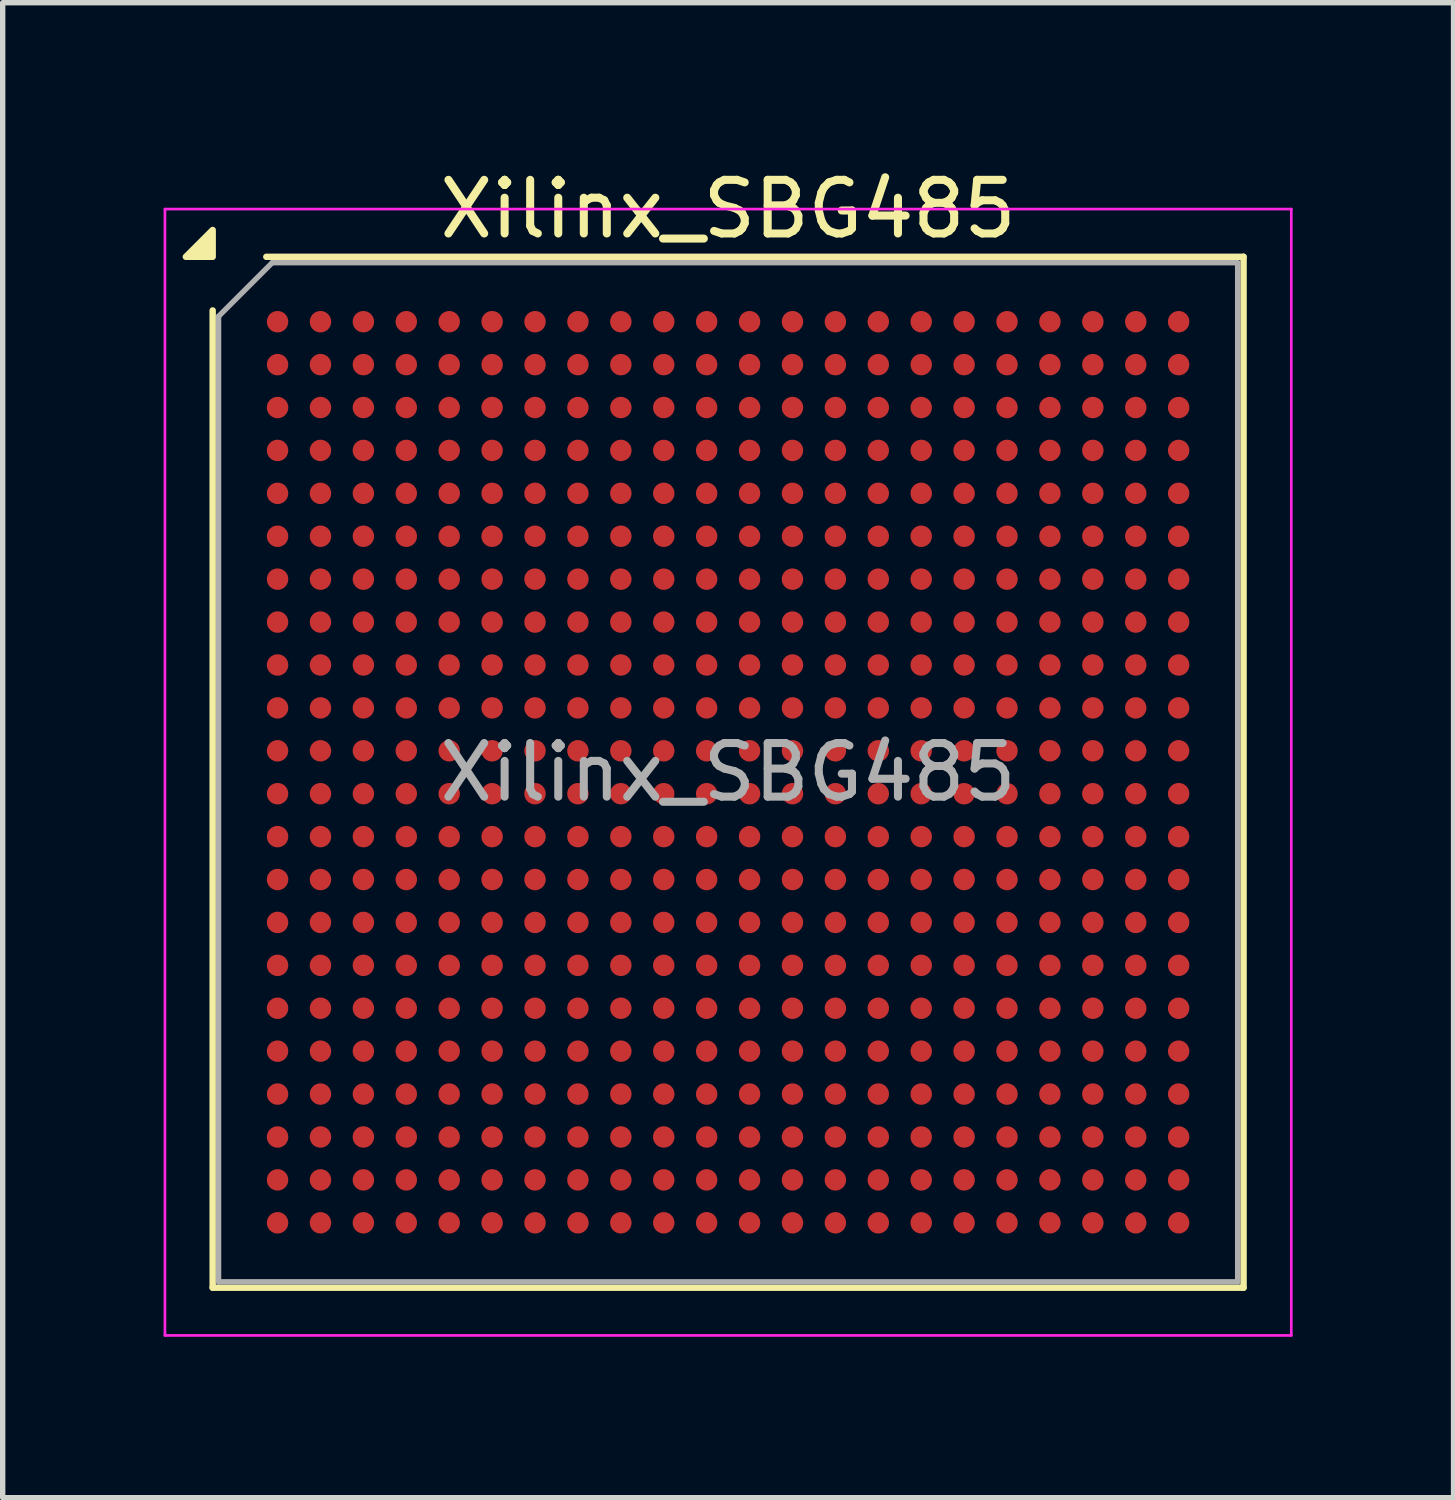
<source format=kicad_pcb>
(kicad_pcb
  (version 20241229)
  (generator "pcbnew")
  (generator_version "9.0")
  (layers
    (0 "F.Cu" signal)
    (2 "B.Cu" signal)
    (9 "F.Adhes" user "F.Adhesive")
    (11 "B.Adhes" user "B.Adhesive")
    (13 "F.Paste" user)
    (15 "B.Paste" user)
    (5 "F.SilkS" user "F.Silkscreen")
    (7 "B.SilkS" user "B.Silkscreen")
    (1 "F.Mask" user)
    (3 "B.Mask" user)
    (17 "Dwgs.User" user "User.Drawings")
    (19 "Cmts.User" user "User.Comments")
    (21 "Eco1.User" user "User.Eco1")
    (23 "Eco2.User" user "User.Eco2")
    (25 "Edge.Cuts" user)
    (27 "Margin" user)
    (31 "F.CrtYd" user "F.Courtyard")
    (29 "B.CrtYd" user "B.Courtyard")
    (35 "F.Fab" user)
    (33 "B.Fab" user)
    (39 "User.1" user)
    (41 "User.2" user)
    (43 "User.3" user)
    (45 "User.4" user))
  (footprint "Xilinx_SBG485"
    (layer "F.Cu")
    (at 10.525 11.348)
    (property "Reference" "Xilinx_SBG485" (at 0 -10.5 0) (layer "F.SilkS") (effects (font (size 1 1) (thickness 0.15))))
    (attr smd)
    (fp_line (start -9.61 9.61) (end -9.61 -8.61) (stroke (width 0.12) (type solid)) (layer "F.SilkS"))
    (fp_line (start -8.61 -9.61) (end 9.61 -9.61) (stroke (width 0.12) (type solid)) (layer "F.SilkS"))
    (fp_line (start 9.61 -9.61) (end 9.61 9.61) (stroke (width 0.12) (type solid)) (layer "F.SilkS"))
    (fp_line (start 9.61 9.61) (end -9.61 9.61) (stroke (width 0.12) (type solid)) (layer "F.SilkS"))
    (fp_poly (pts (xy -9.61 -9.61) (xy -10.11 -9.61) (xy -9.61 -10.11) (xy -9.61 -9.61)) (stroke (width 0.12) (type solid)) (fill yes) (layer "F.SilkS"))
    (fp_line (start -10.5 -10.5) (end -10.5 10.5) (stroke (width 0.05) (type solid)) (layer "F.CrtYd"))
    (fp_line (start -10.5 10.5) (end 10.5 10.5) (stroke (width 0.05) (type solid)) (layer "F.CrtYd"))
    (fp_line (start 10.5 -10.5) (end -10.5 -10.5) (stroke (width 0.05) (type solid)) (layer "F.CrtYd"))
    (fp_line (start 10.5 10.5) (end 10.5 -10.5) (stroke (width 0.05) (type solid)) (layer "F.CrtYd"))
    (fp_line (start -9.5 -8.5) (end -8.5 -9.5) (stroke (width 0.1) (type solid)) (layer "F.Fab"))
    (fp_line (start -9.5 9.5) (end -9.5 -8.5) (stroke (width 0.1) (type solid)) (layer "F.Fab"))
    (fp_line (start -8.5 -9.5) (end 9.5 -9.5) (stroke (width 0.1) (type solid)) (layer "F.Fab"))
    (fp_line (start 9.5 -9.5) (end 9.5 9.5) (stroke (width 0.1) (type solid)) (layer "F.Fab"))
    (fp_line (start 9.5 9.5) (end -9.5 9.5) (stroke (width 0.1) (type solid)) (layer "F.Fab"))
    (fp_text user "${REFERENCE}" (at 0 0 0) (layer "F.Fab") (effects (font (size 1 1) (thickness 0.15))))
    (pad "A1" smd circle (at -8.4 -8.4) (size 0.4 0.4) (property pad_prop_bga) (layers "F.Cu" "F.Mask" "F.Paste"))
    (pad "A2" smd circle (at -7.6 -8.4) (size 0.4 0.4) (property pad_prop_bga) (layers "F.Cu" "F.Mask" "F.Paste"))
    (pad "A3" smd circle (at -6.8 -8.4) (size 0.4 0.4) (property pad_prop_bga) (layers "F.Cu" "F.Mask" "F.Paste"))
    (pad "A4" smd circle (at -6 -8.4) (size 0.4 0.4) (property pad_prop_bga) (layers "F.Cu" "F.Mask" "F.Paste"))
    (pad "A5" smd circle (at -5.2 -8.4) (size 0.4 0.4) (property pad_prop_bga) (layers "F.Cu" "F.Mask" "F.Paste"))
    (pad "A6" smd circle (at -4.4 -8.4) (size 0.4 0.4) (property pad_prop_bga) (layers "F.Cu" "F.Mask" "F.Paste"))
    (pad "A7" smd circle (at -3.6 -8.4) (size 0.4 0.4) (property pad_prop_bga) (layers "F.Cu" "F.Mask" "F.Paste"))
    (pad "A8" smd circle (at -2.8 -8.4) (size 0.4 0.4) (property pad_prop_bga) (layers "F.Cu" "F.Mask" "F.Paste"))
    (pad "A9" smd circle (at -2 -8.4) (size 0.4 0.4) (property pad_prop_bga) (layers "F.Cu" "F.Mask" "F.Paste"))
    (pad "A10" smd circle (at -1.2 -8.4) (size 0.4 0.4) (property pad_prop_bga) (layers "F.Cu" "F.Mask" "F.Paste"))
    (pad "A11" smd circle (at -0.4 -8.4) (size 0.4 0.4) (property pad_prop_bga) (layers "F.Cu" "F.Mask" "F.Paste"))
    (pad "A12" smd circle (at 0.4 -8.4) (size 0.4 0.4) (property pad_prop_bga) (layers "F.Cu" "F.Mask" "F.Paste"))
    (pad "A13" smd circle (at 1.2 -8.4) (size 0.4 0.4) (property pad_prop_bga) (layers "F.Cu" "F.Mask" "F.Paste"))
    (pad "A14" smd circle (at 2 -8.4) (size 0.4 0.4) (property pad_prop_bga) (layers "F.Cu" "F.Mask" "F.Paste"))
    (pad "A15" smd circle (at 2.8 -8.4) (size 0.4 0.4) (property pad_prop_bga) (layers "F.Cu" "F.Mask" "F.Paste"))
    (pad "A16" smd circle (at 3.6 -8.4) (size 0.4 0.4) (property pad_prop_bga) (layers "F.Cu" "F.Mask" "F.Paste"))
    (pad "A17" smd circle (at 4.4 -8.4) (size 0.4 0.4) (property pad_prop_bga) (layers "F.Cu" "F.Mask" "F.Paste"))
    (pad "A18" smd circle (at 5.2 -8.4) (size 0.4 0.4) (property pad_prop_bga) (layers "F.Cu" "F.Mask" "F.Paste"))
    (pad "A19" smd circle (at 6 -8.4) (size 0.4 0.4) (property pad_prop_bga) (layers "F.Cu" "F.Mask" "F.Paste"))
    (pad "A20" smd circle (at 6.8 -8.4) (size 0.4 0.4) (property pad_prop_bga) (layers "F.Cu" "F.Mask" "F.Paste"))
    (pad "A21" smd circle (at 7.6 -8.4) (size 0.4 0.4) (property pad_prop_bga) (layers "F.Cu" "F.Mask" "F.Paste"))
    (pad "A22" smd circle (at 8.4 -8.4) (size 0.4 0.4) (property pad_prop_bga) (layers "F.Cu" "F.Mask" "F.Paste"))
    (pad "AA1" smd circle (at -8.4 7.6) (size 0.4 0.4) (property pad_prop_bga) (layers "F.Cu" "F.Mask" "F.Paste"))
    (pad "AA2" smd circle (at -7.6 7.6) (size 0.4 0.4) (property pad_prop_bga) (layers "F.Cu" "F.Mask" "F.Paste"))
    (pad "AA3" smd circle (at -6.8 7.6) (size 0.4 0.4) (property pad_prop_bga) (layers "F.Cu" "F.Mask" "F.Paste"))
    (pad "AA4" smd circle (at -6 7.6) (size 0.4 0.4) (property pad_prop_bga) (layers "F.Cu" "F.Mask" "F.Paste"))
    (pad "AA5" smd circle (at -5.2 7.6) (size 0.4 0.4) (property pad_prop_bga) (layers "F.Cu" "F.Mask" "F.Paste"))
    (pad "AA6" smd circle (at -4.4 7.6) (size 0.4 0.4) (property pad_prop_bga) (layers "F.Cu" "F.Mask" "F.Paste"))
    (pad "AA7" smd circle (at -3.6 7.6) (size 0.4 0.4) (property pad_prop_bga) (layers "F.Cu" "F.Mask" "F.Paste"))
    (pad "AA8" smd circle (at -2.8 7.6) (size 0.4 0.4) (property pad_prop_bga) (layers "F.Cu" "F.Mask" "F.Paste"))
    (pad "AA9" smd circle (at -2 7.6) (size 0.4 0.4) (property pad_prop_bga) (layers "F.Cu" "F.Mask" "F.Paste"))
    (pad "AA10" smd circle (at -1.2 7.6) (size 0.4 0.4) (property pad_prop_bga) (layers "F.Cu" "F.Mask" "F.Paste"))
    (pad "AA11" smd circle (at -0.4 7.6) (size 0.4 0.4) (property pad_prop_bga) (layers "F.Cu" "F.Mask" "F.Paste"))
    (pad "AA12" smd circle (at 0.4 7.6) (size 0.4 0.4) (property pad_prop_bga) (layers "F.Cu" "F.Mask" "F.Paste"))
    (pad "AA13" smd circle (at 1.2 7.6) (size 0.4 0.4) (property pad_prop_bga) (layers "F.Cu" "F.Mask" "F.Paste"))
    (pad "AA14" smd circle (at 2 7.6) (size 0.4 0.4) (property pad_prop_bga) (layers "F.Cu" "F.Mask" "F.Paste"))
    (pad "AA15" smd circle (at 2.8 7.6) (size 0.4 0.4) (property pad_prop_bga) (layers "F.Cu" "F.Mask" "F.Paste"))
    (pad "AA16" smd circle (at 3.6 7.6) (size 0.4 0.4) (property pad_prop_bga) (layers "F.Cu" "F.Mask" "F.Paste"))
    (pad "AA17" smd circle (at 4.4 7.6) (size 0.4 0.4) (property pad_prop_bga) (layers "F.Cu" "F.Mask" "F.Paste"))
    (pad "AA18" smd circle (at 5.2 7.6) (size 0.4 0.4) (property pad_prop_bga) (layers "F.Cu" "F.Mask" "F.Paste"))
    (pad "AA19" smd circle (at 6 7.6) (size 0.4 0.4) (property pad_prop_bga) (layers "F.Cu" "F.Mask" "F.Paste"))
    (pad "AA20" smd circle (at 6.8 7.6) (size 0.4 0.4) (property pad_prop_bga) (layers "F.Cu" "F.Mask" "F.Paste"))
    (pad "AA21" smd circle (at 7.6 7.6) (size 0.4 0.4) (property pad_prop_bga) (layers "F.Cu" "F.Mask" "F.Paste"))
    (pad "AA22" smd circle (at 8.4 7.6) (size 0.4 0.4) (property pad_prop_bga) (layers "F.Cu" "F.Mask" "F.Paste"))
    (pad "AB1" smd circle (at -8.4 8.4) (size 0.4 0.4) (property pad_prop_bga) (layers "F.Cu" "F.Mask" "F.Paste"))
    (pad "AB2" smd circle (at -7.6 8.4) (size 0.4 0.4) (property pad_prop_bga) (layers "F.Cu" "F.Mask" "F.Paste"))
    (pad "AB3" smd circle (at -6.8 8.4) (size 0.4 0.4) (property pad_prop_bga) (layers "F.Cu" "F.Mask" "F.Paste"))
    (pad "AB4" smd circle (at -6 8.4) (size 0.4 0.4) (property pad_prop_bga) (layers "F.Cu" "F.Mask" "F.Paste"))
    (pad "AB5" smd circle (at -5.2 8.4) (size 0.4 0.4) (property pad_prop_bga) (layers "F.Cu" "F.Mask" "F.Paste"))
    (pad "AB6" smd circle (at -4.4 8.4) (size 0.4 0.4) (property pad_prop_bga) (layers "F.Cu" "F.Mask" "F.Paste"))
    (pad "AB7" smd circle (at -3.6 8.4) (size 0.4 0.4) (property pad_prop_bga) (layers "F.Cu" "F.Mask" "F.Paste"))
    (pad "AB8" smd circle (at -2.8 8.4) (size 0.4 0.4) (property pad_prop_bga) (layers "F.Cu" "F.Mask" "F.Paste"))
    (pad "AB9" smd circle (at -2 8.4) (size 0.4 0.4) (property pad_prop_bga) (layers "F.Cu" "F.Mask" "F.Paste"))
    (pad "AB10" smd circle (at -1.2 8.4) (size 0.4 0.4) (property pad_prop_bga) (layers "F.Cu" "F.Mask" "F.Paste"))
    (pad "AB11" smd circle (at -0.4 8.4) (size 0.4 0.4) (property pad_prop_bga) (layers "F.Cu" "F.Mask" "F.Paste"))
    (pad "AB12" smd circle (at 0.4 8.4) (size 0.4 0.4) (property pad_prop_bga) (layers "F.Cu" "F.Mask" "F.Paste"))
    (pad "AB13" smd circle (at 1.2 8.4) (size 0.4 0.4) (property pad_prop_bga) (layers "F.Cu" "F.Mask" "F.Paste"))
    (pad "AB14" smd circle (at 2 8.4) (size 0.4 0.4) (property pad_prop_bga) (layers "F.Cu" "F.Mask" "F.Paste"))
    (pad "AB15" smd circle (at 2.8 8.4) (size 0.4 0.4) (property pad_prop_bga) (layers "F.Cu" "F.Mask" "F.Paste"))
    (pad "AB16" smd circle (at 3.6 8.4) (size 0.4 0.4) (property pad_prop_bga) (layers "F.Cu" "F.Mask" "F.Paste"))
    (pad "AB17" smd circle (at 4.4 8.4) (size 0.4 0.4) (property pad_prop_bga) (layers "F.Cu" "F.Mask" "F.Paste"))
    (pad "AB18" smd circle (at 5.2 8.4) (size 0.4 0.4) (property pad_prop_bga) (layers "F.Cu" "F.Mask" "F.Paste"))
    (pad "AB19" smd circle (at 6 8.4) (size 0.4 0.4) (property pad_prop_bga) (layers "F.Cu" "F.Mask" "F.Paste"))
    (pad "AB20" smd circle (at 6.8 8.4) (size 0.4 0.4) (property pad_prop_bga) (layers "F.Cu" "F.Mask" "F.Paste"))
    (pad "AB21" smd circle (at 7.6 8.4) (size 0.4 0.4) (property pad_prop_bga) (layers "F.Cu" "F.Mask" "F.Paste"))
    (pad "AB22" smd circle (at 8.4 8.4) (size 0.4 0.4) (property pad_prop_bga) (layers "F.Cu" "F.Mask" "F.Paste"))
    (pad "B1" smd circle (at -8.4 -7.6) (size 0.4 0.4) (property pad_prop_bga) (layers "F.Cu" "F.Mask" "F.Paste"))
    (pad "B2" smd circle (at -7.6 -7.6) (size 0.4 0.4) (property pad_prop_bga) (layers "F.Cu" "F.Mask" "F.Paste"))
    (pad "B3" smd circle (at -6.8 -7.6) (size 0.4 0.4) (property pad_prop_bga) (layers "F.Cu" "F.Mask" "F.Paste"))
    (pad "B4" smd circle (at -6 -7.6) (size 0.4 0.4) (property pad_prop_bga) (layers "F.Cu" "F.Mask" "F.Paste"))
    (pad "B5" smd circle (at -5.2 -7.6) (size 0.4 0.4) (property pad_prop_bga) (layers "F.Cu" "F.Mask" "F.Paste"))
    (pad "B6" smd circle (at -4.4 -7.6) (size 0.4 0.4) (property pad_prop_bga) (layers "F.Cu" "F.Mask" "F.Paste"))
    (pad "B7" smd circle (at -3.6 -7.6) (size 0.4 0.4) (property pad_prop_bga) (layers "F.Cu" "F.Mask" "F.Paste"))
    (pad "B8" smd circle (at -2.8 -7.6) (size 0.4 0.4) (property pad_prop_bga) (layers "F.Cu" "F.Mask" "F.Paste"))
    (pad "B9" smd circle (at -2 -7.6) (size 0.4 0.4) (property pad_prop_bga) (layers "F.Cu" "F.Mask" "F.Paste"))
    (pad "B10" smd circle (at -1.2 -7.6) (size 0.4 0.4) (property pad_prop_bga) (layers "F.Cu" "F.Mask" "F.Paste"))
    (pad "B11" smd circle (at -0.4 -7.6) (size 0.4 0.4) (property pad_prop_bga) (layers "F.Cu" "F.Mask" "F.Paste"))
    (pad "B12" smd circle (at 0.4 -7.6) (size 0.4 0.4) (property pad_prop_bga) (layers "F.Cu" "F.Mask" "F.Paste"))
    (pad "B13" smd circle (at 1.2 -7.6) (size 0.4 0.4) (property pad_prop_bga) (layers "F.Cu" "F.Mask" "F.Paste"))
    (pad "B14" smd circle (at 2 -7.6) (size 0.4 0.4) (property pad_prop_bga) (layers "F.Cu" "F.Mask" "F.Paste"))
    (pad "B15" smd circle (at 2.8 -7.6) (size 0.4 0.4) (property pad_prop_bga) (layers "F.Cu" "F.Mask" "F.Paste"))
    (pad "B16" smd circle (at 3.6 -7.6) (size 0.4 0.4) (property pad_prop_bga) (layers "F.Cu" "F.Mask" "F.Paste"))
    (pad "B17" smd circle (at 4.4 -7.6) (size 0.4 0.4) (property pad_prop_bga) (layers "F.Cu" "F.Mask" "F.Paste"))
    (pad "B18" smd circle (at 5.2 -7.6) (size 0.4 0.4) (property pad_prop_bga) (layers "F.Cu" "F.Mask" "F.Paste"))
    (pad "B19" smd circle (at 6 -7.6) (size 0.4 0.4) (property pad_prop_bga) (layers "F.Cu" "F.Mask" "F.Paste"))
    (pad "B20" smd circle (at 6.8 -7.6) (size 0.4 0.4) (property pad_prop_bga) (layers "F.Cu" "F.Mask" "F.Paste"))
    (pad "B21" smd circle (at 7.6 -7.6) (size 0.4 0.4) (property pad_prop_bga) (layers "F.Cu" "F.Mask" "F.Paste"))
    (pad "B22" smd circle (at 8.4 -7.6) (size 0.4 0.4) (property pad_prop_bga) (layers "F.Cu" "F.Mask" "F.Paste"))
    (pad "C1" smd circle (at -8.4 -6.8) (size 0.4 0.4) (property pad_prop_bga) (layers "F.Cu" "F.Mask" "F.Paste"))
    (pad "C2" smd circle (at -7.6 -6.8) (size 0.4 0.4) (property pad_prop_bga) (layers "F.Cu" "F.Mask" "F.Paste"))
    (pad "C3" smd circle (at -6.8 -6.8) (size 0.4 0.4) (property pad_prop_bga) (layers "F.Cu" "F.Mask" "F.Paste"))
    (pad "C4" smd circle (at -6 -6.8) (size 0.4 0.4) (property pad_prop_bga) (layers "F.Cu" "F.Mask" "F.Paste"))
    (pad "C5" smd circle (at -5.2 -6.8) (size 0.4 0.4) (property pad_prop_bga) (layers "F.Cu" "F.Mask" "F.Paste"))
    (pad "C6" smd circle (at -4.4 -6.8) (size 0.4 0.4) (property pad_prop_bga) (layers "F.Cu" "F.Mask" "F.Paste"))
    (pad "C7" smd circle (at -3.6 -6.8) (size 0.4 0.4) (property pad_prop_bga) (layers "F.Cu" "F.Mask" "F.Paste"))
    (pad "C8" smd circle (at -2.8 -6.8) (size 0.4 0.4) (property pad_prop_bga) (layers "F.Cu" "F.Mask" "F.Paste"))
    (pad "C9" smd circle (at -2 -6.8) (size 0.4 0.4) (property pad_prop_bga) (layers "F.Cu" "F.Mask" "F.Paste"))
    (pad "C10" smd circle (at -1.2 -6.8) (size 0.4 0.4) (property pad_prop_bga) (layers "F.Cu" "F.Mask" "F.Paste"))
    (pad "C11" smd circle (at -0.4 -6.8) (size 0.4 0.4) (property pad_prop_bga) (layers "F.Cu" "F.Mask" "F.Paste"))
    (pad "C12" smd circle (at 0.4 -6.8) (size 0.4 0.4) (property pad_prop_bga) (layers "F.Cu" "F.Mask" "F.Paste"))
    (pad "C13" smd circle (at 1.2 -6.8) (size 0.4 0.4) (property pad_prop_bga) (layers "F.Cu" "F.Mask" "F.Paste"))
    (pad "C14" smd circle (at 2 -6.8) (size 0.4 0.4) (property pad_prop_bga) (layers "F.Cu" "F.Mask" "F.Paste"))
    (pad "C15" smd circle (at 2.8 -6.8) (size 0.4 0.4) (property pad_prop_bga) (layers "F.Cu" "F.Mask" "F.Paste"))
    (pad "C16" smd circle (at 3.6 -6.8) (size 0.4 0.4) (property pad_prop_bga) (layers "F.Cu" "F.Mask" "F.Paste"))
    (pad "C17" smd circle (at 4.4 -6.8) (size 0.4 0.4) (property pad_prop_bga) (layers "F.Cu" "F.Mask" "F.Paste"))
    (pad "C18" smd circle (at 5.2 -6.8) (size 0.4 0.4) (property pad_prop_bga) (layers "F.Cu" "F.Mask" "F.Paste"))
    (pad "C19" smd circle (at 6 -6.8) (size 0.4 0.4) (property pad_prop_bga) (layers "F.Cu" "F.Mask" "F.Paste"))
    (pad "C20" smd circle (at 6.8 -6.8) (size 0.4 0.4) (property pad_prop_bga) (layers "F.Cu" "F.Mask" "F.Paste"))
    (pad "C21" smd circle (at 7.6 -6.8) (size 0.4 0.4) (property pad_prop_bga) (layers "F.Cu" "F.Mask" "F.Paste"))
    (pad "C22" smd circle (at 8.4 -6.8) (size 0.4 0.4) (property pad_prop_bga) (layers "F.Cu" "F.Mask" "F.Paste"))
    (pad "D1" smd circle (at -8.4 -6) (size 0.4 0.4) (property pad_prop_bga) (layers "F.Cu" "F.Mask" "F.Paste"))
    (pad "D2" smd circle (at -7.6 -6) (size 0.4 0.4) (property pad_prop_bga) (layers "F.Cu" "F.Mask" "F.Paste"))
    (pad "D3" smd circle (at -6.8 -6) (size 0.4 0.4) (property pad_prop_bga) (layers "F.Cu" "F.Mask" "F.Paste"))
    (pad "D4" smd circle (at -6 -6) (size 0.4 0.4) (property pad_prop_bga) (layers "F.Cu" "F.Mask" "F.Paste"))
    (pad "D5" smd circle (at -5.2 -6) (size 0.4 0.4) (property pad_prop_bga) (layers "F.Cu" "F.Mask" "F.Paste"))
    (pad "D6" smd circle (at -4.4 -6) (size 0.4 0.4) (property pad_prop_bga) (layers "F.Cu" "F.Mask" "F.Paste"))
    (pad "D7" smd circle (at -3.6 -6) (size 0.4 0.4) (property pad_prop_bga) (layers "F.Cu" "F.Mask" "F.Paste"))
    (pad "D8" smd circle (at -2.8 -6) (size 0.4 0.4) (property pad_prop_bga) (layers "F.Cu" "F.Mask" "F.Paste"))
    (pad "D9" smd circle (at -2 -6) (size 0.4 0.4) (property pad_prop_bga) (layers "F.Cu" "F.Mask" "F.Paste"))
    (pad "D10" smd circle (at -1.2 -6) (size 0.4 0.4) (property pad_prop_bga) (layers "F.Cu" "F.Mask" "F.Paste"))
    (pad "D11" smd circle (at -0.4 -6) (size 0.4 0.4) (property pad_prop_bga) (layers "F.Cu" "F.Mask" "F.Paste"))
    (pad "D12" smd circle (at 0.4 -6) (size 0.4 0.4) (property pad_prop_bga) (layers "F.Cu" "F.Mask" "F.Paste"))
    (pad "D13" smd circle (at 1.2 -6) (size 0.4 0.4) (property pad_prop_bga) (layers "F.Cu" "F.Mask" "F.Paste"))
    (pad "D14" smd circle (at 2 -6) (size 0.4 0.4) (property pad_prop_bga) (layers "F.Cu" "F.Mask" "F.Paste"))
    (pad "D15" smd circle (at 2.8 -6) (size 0.4 0.4) (property pad_prop_bga) (layers "F.Cu" "F.Mask" "F.Paste"))
    (pad "D16" smd circle (at 3.6 -6) (size 0.4 0.4) (property pad_prop_bga) (layers "F.Cu" "F.Mask" "F.Paste"))
    (pad "D17" smd circle (at 4.4 -6) (size 0.4 0.4) (property pad_prop_bga) (layers "F.Cu" "F.Mask" "F.Paste"))
    (pad "D18" smd circle (at 5.2 -6) (size 0.4 0.4) (property pad_prop_bga) (layers "F.Cu" "F.Mask" "F.Paste"))
    (pad "D19" smd circle (at 6 -6) (size 0.4 0.4) (property pad_prop_bga) (layers "F.Cu" "F.Mask" "F.Paste"))
    (pad "D20" smd circle (at 6.8 -6) (size 0.4 0.4) (property pad_prop_bga) (layers "F.Cu" "F.Mask" "F.Paste"))
    (pad "D21" smd circle (at 7.6 -6) (size 0.4 0.4) (property pad_prop_bga) (layers "F.Cu" "F.Mask" "F.Paste"))
    (pad "D22" smd circle (at 8.4 -6) (size 0.4 0.4) (property pad_prop_bga) (layers "F.Cu" "F.Mask" "F.Paste"))
    (pad "E1" smd circle (at -8.4 -5.2) (size 0.4 0.4) (property pad_prop_bga) (layers "F.Cu" "F.Mask" "F.Paste"))
    (pad "E2" smd circle (at -7.6 -5.2) (size 0.4 0.4) (property pad_prop_bga) (layers "F.Cu" "F.Mask" "F.Paste"))
    (pad "E3" smd circle (at -6.8 -5.2) (size 0.4 0.4) (property pad_prop_bga) (layers "F.Cu" "F.Mask" "F.Paste"))
    (pad "E4" smd circle (at -6 -5.2) (size 0.4 0.4) (property pad_prop_bga) (layers "F.Cu" "F.Mask" "F.Paste"))
    (pad "E5" smd circle (at -5.2 -5.2) (size 0.4 0.4) (property pad_prop_bga) (layers "F.Cu" "F.Mask" "F.Paste"))
    (pad "E6" smd circle (at -4.4 -5.2) (size 0.4 0.4) (property pad_prop_bga) (layers "F.Cu" "F.Mask" "F.Paste"))
    (pad "E7" smd circle (at -3.6 -5.2) (size 0.4 0.4) (property pad_prop_bga) (layers "F.Cu" "F.Mask" "F.Paste"))
    (pad "E8" smd circle (at -2.8 -5.2) (size 0.4 0.4) (property pad_prop_bga) (layers "F.Cu" "F.Mask" "F.Paste"))
    (pad "E9" smd circle (at -2 -5.2) (size 0.4 0.4) (property pad_prop_bga) (layers "F.Cu" "F.Mask" "F.Paste"))
    (pad "E10" smd circle (at -1.2 -5.2) (size 0.4 0.4) (property pad_prop_bga) (layers "F.Cu" "F.Mask" "F.Paste"))
    (pad "E11" smd circle (at -0.4 -5.2) (size 0.4 0.4) (property pad_prop_bga) (layers "F.Cu" "F.Mask" "F.Paste"))
    (pad "E12" smd circle (at 0.4 -5.2) (size 0.4 0.4) (property pad_prop_bga) (layers "F.Cu" "F.Mask" "F.Paste"))
    (pad "E13" smd circle (at 1.2 -5.2) (size 0.4 0.4) (property pad_prop_bga) (layers "F.Cu" "F.Mask" "F.Paste"))
    (pad "E14" smd circle (at 2 -5.2) (size 0.4 0.4) (property pad_prop_bga) (layers "F.Cu" "F.Mask" "F.Paste"))
    (pad "E15" smd circle (at 2.8 -5.2) (size 0.4 0.4) (property pad_prop_bga) (layers "F.Cu" "F.Mask" "F.Paste"))
    (pad "E16" smd circle (at 3.6 -5.2) (size 0.4 0.4) (property pad_prop_bga) (layers "F.Cu" "F.Mask" "F.Paste"))
    (pad "E17" smd circle (at 4.4 -5.2) (size 0.4 0.4) (property pad_prop_bga) (layers "F.Cu" "F.Mask" "F.Paste"))
    (pad "E18" smd circle (at 5.2 -5.2) (size 0.4 0.4) (property pad_prop_bga) (layers "F.Cu" "F.Mask" "F.Paste"))
    (pad "E19" smd circle (at 6 -5.2) (size 0.4 0.4) (property pad_prop_bga) (layers "F.Cu" "F.Mask" "F.Paste"))
    (pad "E20" smd circle (at 6.8 -5.2) (size 0.4 0.4) (property pad_prop_bga) (layers "F.Cu" "F.Mask" "F.Paste"))
    (pad "E21" smd circle (at 7.6 -5.2) (size 0.4 0.4) (property pad_prop_bga) (layers "F.Cu" "F.Mask" "F.Paste"))
    (pad "E22" smd circle (at 8.4 -5.2) (size 0.4 0.4) (property pad_prop_bga) (layers "F.Cu" "F.Mask" "F.Paste"))
    (pad "F1" smd circle (at -8.4 -4.4) (size 0.4 0.4) (property pad_prop_bga) (layers "F.Cu" "F.Mask" "F.Paste"))
    (pad "F2" smd circle (at -7.6 -4.4) (size 0.4 0.4) (property pad_prop_bga) (layers "F.Cu" "F.Mask" "F.Paste"))
    (pad "F3" smd circle (at -6.8 -4.4) (size 0.4 0.4) (property pad_prop_bga) (layers "F.Cu" "F.Mask" "F.Paste"))
    (pad "F4" smd circle (at -6 -4.4) (size 0.4 0.4) (property pad_prop_bga) (layers "F.Cu" "F.Mask" "F.Paste"))
    (pad "F5" smd circle (at -5.2 -4.4) (size 0.4 0.4) (property pad_prop_bga) (layers "F.Cu" "F.Mask" "F.Paste"))
    (pad "F6" smd circle (at -4.4 -4.4) (size 0.4 0.4) (property pad_prop_bga) (layers "F.Cu" "F.Mask" "F.Paste"))
    (pad "F7" smd circle (at -3.6 -4.4) (size 0.4 0.4) (property pad_prop_bga) (layers "F.Cu" "F.Mask" "F.Paste"))
    (pad "F8" smd circle (at -2.8 -4.4) (size 0.4 0.4) (property pad_prop_bga) (layers "F.Cu" "F.Mask" "F.Paste"))
    (pad "F9" smd circle (at -2 -4.4) (size 0.4 0.4) (property pad_prop_bga) (layers "F.Cu" "F.Mask" "F.Paste"))
    (pad "F10" smd circle (at -1.2 -4.4) (size 0.4 0.4) (property pad_prop_bga) (layers "F.Cu" "F.Mask" "F.Paste"))
    (pad "F11" smd circle (at -0.4 -4.4) (size 0.4 0.4) (property pad_prop_bga) (layers "F.Cu" "F.Mask" "F.Paste"))
    (pad "F12" smd circle (at 0.4 -4.4) (size 0.4 0.4) (property pad_prop_bga) (layers "F.Cu" "F.Mask" "F.Paste"))
    (pad "F13" smd circle (at 1.2 -4.4) (size 0.4 0.4) (property pad_prop_bga) (layers "F.Cu" "F.Mask" "F.Paste"))
    (pad "F14" smd circle (at 2 -4.4) (size 0.4 0.4) (property pad_prop_bga) (layers "F.Cu" "F.Mask" "F.Paste"))
    (pad "F15" smd circle (at 2.8 -4.4) (size 0.4 0.4) (property pad_prop_bga) (layers "F.Cu" "F.Mask" "F.Paste"))
    (pad "F16" smd circle (at 3.6 -4.4) (size 0.4 0.4) (property pad_prop_bga) (layers "F.Cu" "F.Mask" "F.Paste"))
    (pad "F17" smd circle (at 4.4 -4.4) (size 0.4 0.4) (property pad_prop_bga) (layers "F.Cu" "F.Mask" "F.Paste"))
    (pad "F18" smd circle (at 5.2 -4.4) (size 0.4 0.4) (property pad_prop_bga) (layers "F.Cu" "F.Mask" "F.Paste"))
    (pad "F19" smd circle (at 6 -4.4) (size 0.4 0.4) (property pad_prop_bga) (layers "F.Cu" "F.Mask" "F.Paste"))
    (pad "F20" smd circle (at 6.8 -4.4) (size 0.4 0.4) (property pad_prop_bga) (layers "F.Cu" "F.Mask" "F.Paste"))
    (pad "F21" smd circle (at 7.6 -4.4) (size 0.4 0.4) (property pad_prop_bga) (layers "F.Cu" "F.Mask" "F.Paste"))
    (pad "F22" smd circle (at 8.4 -4.4) (size 0.4 0.4) (property pad_prop_bga) (layers "F.Cu" "F.Mask" "F.Paste"))
    (pad "G1" smd circle (at -8.4 -3.6) (size 0.4 0.4) (property pad_prop_bga) (layers "F.Cu" "F.Mask" "F.Paste"))
    (pad "G2" smd circle (at -7.6 -3.6) (size 0.4 0.4) (property pad_prop_bga) (layers "F.Cu" "F.Mask" "F.Paste"))
    (pad "G3" smd circle (at -6.8 -3.6) (size 0.4 0.4) (property pad_prop_bga) (layers "F.Cu" "F.Mask" "F.Paste"))
    (pad "G4" smd circle (at -6 -3.6) (size 0.4 0.4) (property pad_prop_bga) (layers "F.Cu" "F.Mask" "F.Paste"))
    (pad "G5" smd circle (at -5.2 -3.6) (size 0.4 0.4) (property pad_prop_bga) (layers "F.Cu" "F.Mask" "F.Paste"))
    (pad "G6" smd circle (at -4.4 -3.6) (size 0.4 0.4) (property pad_prop_bga) (layers "F.Cu" "F.Mask" "F.Paste"))
    (pad "G7" smd circle (at -3.6 -3.6) (size 0.4 0.4) (property pad_prop_bga) (layers "F.Cu" "F.Mask" "F.Paste"))
    (pad "G8" smd circle (at -2.8 -3.6) (size 0.4 0.4) (property pad_prop_bga) (layers "F.Cu" "F.Mask" "F.Paste"))
    (pad "G9" smd circle (at -2 -3.6) (size 0.4 0.4) (property pad_prop_bga) (layers "F.Cu" "F.Mask" "F.Paste"))
    (pad "G10" smd circle (at -1.2 -3.6) (size 0.4 0.4) (property pad_prop_bga) (layers "F.Cu" "F.Mask" "F.Paste"))
    (pad "G11" smd circle (at -0.4 -3.6) (size 0.4 0.4) (property pad_prop_bga) (layers "F.Cu" "F.Mask" "F.Paste"))
    (pad "G12" smd circle (at 0.4 -3.6) (size 0.4 0.4) (property pad_prop_bga) (layers "F.Cu" "F.Mask" "F.Paste"))
    (pad "G13" smd circle (at 1.2 -3.6) (size 0.4 0.4) (property pad_prop_bga) (layers "F.Cu" "F.Mask" "F.Paste"))
    (pad "G14" smd circle (at 2 -3.6) (size 0.4 0.4) (property pad_prop_bga) (layers "F.Cu" "F.Mask" "F.Paste"))
    (pad "G15" smd circle (at 2.8 -3.6) (size 0.4 0.4) (property pad_prop_bga) (layers "F.Cu" "F.Mask" "F.Paste"))
    (pad "G16" smd circle (at 3.6 -3.6) (size 0.4 0.4) (property pad_prop_bga) (layers "F.Cu" "F.Mask" "F.Paste"))
    (pad "G17" smd circle (at 4.4 -3.6) (size 0.4 0.4) (property pad_prop_bga) (layers "F.Cu" "F.Mask" "F.Paste"))
    (pad "G18" smd circle (at 5.2 -3.6) (size 0.4 0.4) (property pad_prop_bga) (layers "F.Cu" "F.Mask" "F.Paste"))
    (pad "G19" smd circle (at 6 -3.6) (size 0.4 0.4) (property pad_prop_bga) (layers "F.Cu" "F.Mask" "F.Paste"))
    (pad "G20" smd circle (at 6.8 -3.6) (size 0.4 0.4) (property pad_prop_bga) (layers "F.Cu" "F.Mask" "F.Paste"))
    (pad "G21" smd circle (at 7.6 -3.6) (size 0.4 0.4) (property pad_prop_bga) (layers "F.Cu" "F.Mask" "F.Paste"))
    (pad "G22" smd circle (at 8.4 -3.6) (size 0.4 0.4) (property pad_prop_bga) (layers "F.Cu" "F.Mask" "F.Paste"))
    (pad "H1" smd circle (at -8.4 -2.8) (size 0.4 0.4) (property pad_prop_bga) (layers "F.Cu" "F.Mask" "F.Paste"))
    (pad "H2" smd circle (at -7.6 -2.8) (size 0.4 0.4) (property pad_prop_bga) (layers "F.Cu" "F.Mask" "F.Paste"))
    (pad "H3" smd circle (at -6.8 -2.8) (size 0.4 0.4) (property pad_prop_bga) (layers "F.Cu" "F.Mask" "F.Paste"))
    (pad "H4" smd circle (at -6 -2.8) (size 0.4 0.4) (property pad_prop_bga) (layers "F.Cu" "F.Mask" "F.Paste"))
    (pad "H5" smd circle (at -5.2 -2.8) (size 0.4 0.4) (property pad_prop_bga) (layers "F.Cu" "F.Mask" "F.Paste"))
    (pad "H6" smd circle (at -4.4 -2.8) (size 0.4 0.4) (property pad_prop_bga) (layers "F.Cu" "F.Mask" "F.Paste"))
    (pad "H7" smd circle (at -3.6 -2.8) (size 0.4 0.4) (property pad_prop_bga) (layers "F.Cu" "F.Mask" "F.Paste"))
    (pad "H8" smd circle (at -2.8 -2.8) (size 0.4 0.4) (property pad_prop_bga) (layers "F.Cu" "F.Mask" "F.Paste"))
    (pad "H9" smd circle (at -2 -2.8) (size 0.4 0.4) (property pad_prop_bga) (layers "F.Cu" "F.Mask" "F.Paste"))
    (pad "H10" smd circle (at -1.2 -2.8) (size 0.4 0.4) (property pad_prop_bga) (layers "F.Cu" "F.Mask" "F.Paste"))
    (pad "H11" smd circle (at -0.4 -2.8) (size 0.4 0.4) (property pad_prop_bga) (layers "F.Cu" "F.Mask" "F.Paste"))
    (pad "H12" smd circle (at 0.4 -2.8) (size 0.4 0.4) (property pad_prop_bga) (layers "F.Cu" "F.Mask" "F.Paste"))
    (pad "H13" smd circle (at 1.2 -2.8) (size 0.4 0.4) (property pad_prop_bga) (layers "F.Cu" "F.Mask" "F.Paste"))
    (pad "H14" smd circle (at 2 -2.8) (size 0.4 0.4) (property pad_prop_bga) (layers "F.Cu" "F.Mask" "F.Paste"))
    (pad "H15" smd circle (at 2.8 -2.8) (size 0.4 0.4) (property pad_prop_bga) (layers "F.Cu" "F.Mask" "F.Paste"))
    (pad "H16" smd circle (at 3.6 -2.8) (size 0.4 0.4) (property pad_prop_bga) (layers "F.Cu" "F.Mask" "F.Paste"))
    (pad "H17" smd circle (at 4.4 -2.8) (size 0.4 0.4) (property pad_prop_bga) (layers "F.Cu" "F.Mask" "F.Paste"))
    (pad "H18" smd circle (at 5.2 -2.8) (size 0.4 0.4) (property pad_prop_bga) (layers "F.Cu" "F.Mask" "F.Paste"))
    (pad "H19" smd circle (at 6 -2.8) (size 0.4 0.4) (property pad_prop_bga) (layers "F.Cu" "F.Mask" "F.Paste"))
    (pad "H20" smd circle (at 6.8 -2.8) (size 0.4 0.4) (property pad_prop_bga) (layers "F.Cu" "F.Mask" "F.Paste"))
    (pad "H21" smd circle (at 7.6 -2.8) (size 0.4 0.4) (property pad_prop_bga) (layers "F.Cu" "F.Mask" "F.Paste"))
    (pad "H22" smd circle (at 8.4 -2.8) (size 0.4 0.4) (property pad_prop_bga) (layers "F.Cu" "F.Mask" "F.Paste"))
    (pad "J1" smd circle (at -8.4 -2) (size 0.4 0.4) (property pad_prop_bga) (layers "F.Cu" "F.Mask" "F.Paste"))
    (pad "J2" smd circle (at -7.6 -2) (size 0.4 0.4) (property pad_prop_bga) (layers "F.Cu" "F.Mask" "F.Paste"))
    (pad "J3" smd circle (at -6.8 -2) (size 0.4 0.4) (property pad_prop_bga) (layers "F.Cu" "F.Mask" "F.Paste"))
    (pad "J4" smd circle (at -6 -2) (size 0.4 0.4) (property pad_prop_bga) (layers "F.Cu" "F.Mask" "F.Paste"))
    (pad "J5" smd circle (at -5.2 -2) (size 0.4 0.4) (property pad_prop_bga) (layers "F.Cu" "F.Mask" "F.Paste"))
    (pad "J6" smd circle (at -4.4 -2) (size 0.4 0.4) (property pad_prop_bga) (layers "F.Cu" "F.Mask" "F.Paste"))
    (pad "J7" smd circle (at -3.6 -2) (size 0.4 0.4) (property pad_prop_bga) (layers "F.Cu" "F.Mask" "F.Paste"))
    (pad "J8" smd circle (at -2.8 -2) (size 0.4 0.4) (property pad_prop_bga) (layers "F.Cu" "F.Mask" "F.Paste"))
    (pad "J9" smd circle (at -2 -2) (size 0.4 0.4) (property pad_prop_bga) (layers "F.Cu" "F.Mask" "F.Paste"))
    (pad "J10" smd circle (at -1.2 -2) (size 0.4 0.4) (property pad_prop_bga) (layers "F.Cu" "F.Mask" "F.Paste"))
    (pad "J11" smd circle (at -0.4 -2) (size 0.4 0.4) (property pad_prop_bga) (layers "F.Cu" "F.Mask" "F.Paste"))
    (pad "J12" smd circle (at 0.4 -2) (size 0.4 0.4) (property pad_prop_bga) (layers "F.Cu" "F.Mask" "F.Paste"))
    (pad "J13" smd circle (at 1.2 -2) (size 0.4 0.4) (property pad_prop_bga) (layers "F.Cu" "F.Mask" "F.Paste"))
    (pad "J14" smd circle (at 2 -2) (size 0.4 0.4) (property pad_prop_bga) (layers "F.Cu" "F.Mask" "F.Paste"))
    (pad "J15" smd circle (at 2.8 -2) (size 0.4 0.4) (property pad_prop_bga) (layers "F.Cu" "F.Mask" "F.Paste"))
    (pad "J16" smd circle (at 3.6 -2) (size 0.4 0.4) (property pad_prop_bga) (layers "F.Cu" "F.Mask" "F.Paste"))
    (pad "J17" smd circle (at 4.4 -2) (size 0.4 0.4) (property pad_prop_bga) (layers "F.Cu" "F.Mask" "F.Paste"))
    (pad "J18" smd circle (at 5.2 -2) (size 0.4 0.4) (property pad_prop_bga) (layers "F.Cu" "F.Mask" "F.Paste"))
    (pad "J19" smd circle (at 6 -2) (size 0.4 0.4) (property pad_prop_bga) (layers "F.Cu" "F.Mask" "F.Paste"))
    (pad "J20" smd circle (at 6.8 -2) (size 0.4 0.4) (property pad_prop_bga) (layers "F.Cu" "F.Mask" "F.Paste"))
    (pad "J21" smd circle (at 7.6 -2) (size 0.4 0.4) (property pad_prop_bga) (layers "F.Cu" "F.Mask" "F.Paste"))
    (pad "J22" smd circle (at 8.4 -2) (size 0.4 0.4) (property pad_prop_bga) (layers "F.Cu" "F.Mask" "F.Paste"))
    (pad "K1" smd circle (at -8.4 -1.2) (size 0.4 0.4) (property pad_prop_bga) (layers "F.Cu" "F.Mask" "F.Paste"))
    (pad "K2" smd circle (at -7.6 -1.2) (size 0.4 0.4) (property pad_prop_bga) (layers "F.Cu" "F.Mask" "F.Paste"))
    (pad "K3" smd circle (at -6.8 -1.2) (size 0.4 0.4) (property pad_prop_bga) (layers "F.Cu" "F.Mask" "F.Paste"))
    (pad "K4" smd circle (at -6 -1.2) (size 0.4 0.4) (property pad_prop_bga) (layers "F.Cu" "F.Mask" "F.Paste"))
    (pad "K5" smd circle (at -5.2 -1.2) (size 0.4 0.4) (property pad_prop_bga) (layers "F.Cu" "F.Mask" "F.Paste"))
    (pad "K6" smd circle (at -4.4 -1.2) (size 0.4 0.4) (property pad_prop_bga) (layers "F.Cu" "F.Mask" "F.Paste"))
    (pad "K7" smd circle (at -3.6 -1.2) (size 0.4 0.4) (property pad_prop_bga) (layers "F.Cu" "F.Mask" "F.Paste"))
    (pad "K8" smd circle (at -2.8 -1.2) (size 0.4 0.4) (property pad_prop_bga) (layers "F.Cu" "F.Mask" "F.Paste"))
    (pad "K9" smd circle (at -2 -1.2) (size 0.4 0.4) (property pad_prop_bga) (layers "F.Cu" "F.Mask" "F.Paste"))
    (pad "K10" smd circle (at -1.2 -1.2) (size 0.4 0.4) (property pad_prop_bga) (layers "F.Cu" "F.Mask" "F.Paste"))
    (pad "K11" smd circle (at -0.4 -1.2) (size 0.4 0.4) (property pad_prop_bga) (layers "F.Cu" "F.Mask" "F.Paste"))
    (pad "K12" smd circle (at 0.4 -1.2) (size 0.4 0.4) (property pad_prop_bga) (layers "F.Cu" "F.Mask" "F.Paste"))
    (pad "K13" smd circle (at 1.2 -1.2) (size 0.4 0.4) (property pad_prop_bga) (layers "F.Cu" "F.Mask" "F.Paste"))
    (pad "K14" smd circle (at 2 -1.2) (size 0.4 0.4) (property pad_prop_bga) (layers "F.Cu" "F.Mask" "F.Paste"))
    (pad "K15" smd circle (at 2.8 -1.2) (size 0.4 0.4) (property pad_prop_bga) (layers "F.Cu" "F.Mask" "F.Paste"))
    (pad "K16" smd circle (at 3.6 -1.2) (size 0.4 0.4) (property pad_prop_bga) (layers "F.Cu" "F.Mask" "F.Paste"))
    (pad "K17" smd circle (at 4.4 -1.2) (size 0.4 0.4) (property pad_prop_bga) (layers "F.Cu" "F.Mask" "F.Paste"))
    (pad "K18" smd circle (at 5.2 -1.2) (size 0.4 0.4) (property pad_prop_bga) (layers "F.Cu" "F.Mask" "F.Paste"))
    (pad "K19" smd circle (at 6 -1.2) (size 0.4 0.4) (property pad_prop_bga) (layers "F.Cu" "F.Mask" "F.Paste"))
    (pad "K20" smd circle (at 6.8 -1.2) (size 0.4 0.4) (property pad_prop_bga) (layers "F.Cu" "F.Mask" "F.Paste"))
    (pad "K21" smd circle (at 7.6 -1.2) (size 0.4 0.4) (property pad_prop_bga) (layers "F.Cu" "F.Mask" "F.Paste"))
    (pad "K22" smd circle (at 8.4 -1.2) (size 0.4 0.4) (property pad_prop_bga) (layers "F.Cu" "F.Mask" "F.Paste"))
    (pad "L1" smd circle (at -8.4 -0.4) (size 0.4 0.4) (property pad_prop_bga) (layers "F.Cu" "F.Mask" "F.Paste"))
    (pad "L2" smd circle (at -7.6 -0.4) (size 0.4 0.4) (property pad_prop_bga) (layers "F.Cu" "F.Mask" "F.Paste"))
    (pad "L3" smd circle (at -6.8 -0.4) (size 0.4 0.4) (property pad_prop_bga) (layers "F.Cu" "F.Mask" "F.Paste"))
    (pad "L4" smd circle (at -6 -0.4) (size 0.4 0.4) (property pad_prop_bga) (layers "F.Cu" "F.Mask" "F.Paste"))
    (pad "L5" smd circle (at -5.2 -0.4) (size 0.4 0.4) (property pad_prop_bga) (layers "F.Cu" "F.Mask" "F.Paste"))
    (pad "L6" smd circle (at -4.4 -0.4) (size 0.4 0.4) (property pad_prop_bga) (layers "F.Cu" "F.Mask" "F.Paste"))
    (pad "L7" smd circle (at -3.6 -0.4) (size 0.4 0.4) (property pad_prop_bga) (layers "F.Cu" "F.Mask" "F.Paste"))
    (pad "L8" smd circle (at -2.8 -0.4) (size 0.4 0.4) (property pad_prop_bga) (layers "F.Cu" "F.Mask" "F.Paste"))
    (pad "L9" smd circle (at -2 -0.4) (size 0.4 0.4) (property pad_prop_bga) (layers "F.Cu" "F.Mask" "F.Paste"))
    (pad "L10" smd circle (at -1.2 -0.4) (size 0.4 0.4) (property pad_prop_bga) (layers "F.Cu" "F.Mask" "F.Paste"))
    (pad "L11" smd circle (at -0.4 -0.4) (size 0.4 0.4) (property pad_prop_bga) (layers "F.Cu" "F.Mask" "F.Paste"))
    (pad "L12" smd circle (at 0.4 -0.4) (size 0.4 0.4) (property pad_prop_bga) (layers "F.Cu" "F.Mask" "F.Paste"))
    (pad "L13" smd circle (at 1.2 -0.4) (size 0.4 0.4) (property pad_prop_bga) (layers "F.Cu" "F.Mask" "F.Paste"))
    (pad "L14" smd circle (at 2 -0.4) (size 0.4 0.4) (property pad_prop_bga) (layers "F.Cu" "F.Mask" "F.Paste"))
    (pad "L15" smd circle (at 2.8 -0.4) (size 0.4 0.4) (property pad_prop_bga) (layers "F.Cu" "F.Mask" "F.Paste"))
    (pad "L16" smd circle (at 3.6 -0.4) (size 0.4 0.4) (property pad_prop_bga) (layers "F.Cu" "F.Mask" "F.Paste"))
    (pad "L17" smd circle (at 4.4 -0.4) (size 0.4 0.4) (property pad_prop_bga) (layers "F.Cu" "F.Mask" "F.Paste"))
    (pad "L18" smd circle (at 5.2 -0.4) (size 0.4 0.4) (property pad_prop_bga) (layers "F.Cu" "F.Mask" "F.Paste"))
    (pad "L19" smd circle (at 6 -0.4) (size 0.4 0.4) (property pad_prop_bga) (layers "F.Cu" "F.Mask" "F.Paste"))
    (pad "L20" smd circle (at 6.8 -0.4) (size 0.4 0.4) (property pad_prop_bga) (layers "F.Cu" "F.Mask" "F.Paste"))
    (pad "L21" smd circle (at 7.6 -0.4) (size 0.4 0.4) (property pad_prop_bga) (layers "F.Cu" "F.Mask" "F.Paste"))
    (pad "L22" smd circle (at 8.4 -0.4) (size 0.4 0.4) (property pad_prop_bga) (layers "F.Cu" "F.Mask" "F.Paste"))
    (pad "M1" smd circle (at -8.4 0.4) (size 0.4 0.4) (property pad_prop_bga) (layers "F.Cu" "F.Mask" "F.Paste"))
    (pad "M2" smd circle (at -7.6 0.4) (size 0.4 0.4) (property pad_prop_bga) (layers "F.Cu" "F.Mask" "F.Paste"))
    (pad "M3" smd circle (at -6.8 0.4) (size 0.4 0.4) (property pad_prop_bga) (layers "F.Cu" "F.Mask" "F.Paste"))
    (pad "M4" smd circle (at -6 0.4) (size 0.4 0.4) (property pad_prop_bga) (layers "F.Cu" "F.Mask" "F.Paste"))
    (pad "M5" smd circle (at -5.2 0.4) (size 0.4 0.4) (property pad_prop_bga) (layers "F.Cu" "F.Mask" "F.Paste"))
    (pad "M6" smd circle (at -4.4 0.4) (size 0.4 0.4) (property pad_prop_bga) (layers "F.Cu" "F.Mask" "F.Paste"))
    (pad "M7" smd circle (at -3.6 0.4) (size 0.4 0.4) (property pad_prop_bga) (layers "F.Cu" "F.Mask" "F.Paste"))
    (pad "M8" smd circle (at -2.8 0.4) (size 0.4 0.4) (property pad_prop_bga) (layers "F.Cu" "F.Mask" "F.Paste"))
    (pad "M9" smd circle (at -2 0.4) (size 0.4 0.4) (property pad_prop_bga) (layers "F.Cu" "F.Mask" "F.Paste"))
    (pad "M10" smd circle (at -1.2 0.4) (size 0.4 0.4) (property pad_prop_bga) (layers "F.Cu" "F.Mask" "F.Paste"))
    (pad "M11" smd circle (at -0.4 0.4) (size 0.4 0.4) (property pad_prop_bga) (layers "F.Cu" "F.Mask" "F.Paste"))
    (pad "M12" smd circle (at 0.4 0.4) (size 0.4 0.4) (property pad_prop_bga) (layers "F.Cu" "F.Mask" "F.Paste"))
    (pad "M13" smd circle (at 1.2 0.4) (size 0.4 0.4) (property pad_prop_bga) (layers "F.Cu" "F.Mask" "F.Paste"))
    (pad "M14" smd circle (at 2 0.4) (size 0.4 0.4) (property pad_prop_bga) (layers "F.Cu" "F.Mask" "F.Paste"))
    (pad "M15" smd circle (at 2.8 0.4) (size 0.4 0.4) (property pad_prop_bga) (layers "F.Cu" "F.Mask" "F.Paste"))
    (pad "M16" smd circle (at 3.6 0.4) (size 0.4 0.4) (property pad_prop_bga) (layers "F.Cu" "F.Mask" "F.Paste"))
    (pad "M17" smd circle (at 4.4 0.4) (size 0.4 0.4) (property pad_prop_bga) (layers "F.Cu" "F.Mask" "F.Paste"))
    (pad "M18" smd circle (at 5.2 0.4) (size 0.4 0.4) (property pad_prop_bga) (layers "F.Cu" "F.Mask" "F.Paste"))
    (pad "M19" smd circle (at 6 0.4) (size 0.4 0.4) (property pad_prop_bga) (layers "F.Cu" "F.Mask" "F.Paste"))
    (pad "M20" smd circle (at 6.8 0.4) (size 0.4 0.4) (property pad_prop_bga) (layers "F.Cu" "F.Mask" "F.Paste"))
    (pad "M21" smd circle (at 7.6 0.4) (size 0.4 0.4) (property pad_prop_bga) (layers "F.Cu" "F.Mask" "F.Paste"))
    (pad "M22" smd circle (at 8.4 0.4) (size 0.4 0.4) (property pad_prop_bga) (layers "F.Cu" "F.Mask" "F.Paste"))
    (pad "N1" smd circle (at -8.4 1.2) (size 0.4 0.4) (property pad_prop_bga) (layers "F.Cu" "F.Mask" "F.Paste"))
    (pad "N2" smd circle (at -7.6 1.2) (size 0.4 0.4) (property pad_prop_bga) (layers "F.Cu" "F.Mask" "F.Paste"))
    (pad "N3" smd circle (at -6.8 1.2) (size 0.4 0.4) (property pad_prop_bga) (layers "F.Cu" "F.Mask" "F.Paste"))
    (pad "N4" smd circle (at -6 1.2) (size 0.4 0.4) (property pad_prop_bga) (layers "F.Cu" "F.Mask" "F.Paste"))
    (pad "N5" smd circle (at -5.2 1.2) (size 0.4 0.4) (property pad_prop_bga) (layers "F.Cu" "F.Mask" "F.Paste"))
    (pad "N6" smd circle (at -4.4 1.2) (size 0.4 0.4) (property pad_prop_bga) (layers "F.Cu" "F.Mask" "F.Paste"))
    (pad "N7" smd circle (at -3.6 1.2) (size 0.4 0.4) (property pad_prop_bga) (layers "F.Cu" "F.Mask" "F.Paste"))
    (pad "N8" smd circle (at -2.8 1.2) (size 0.4 0.4) (property pad_prop_bga) (layers "F.Cu" "F.Mask" "F.Paste"))
    (pad "N9" smd circle (at -2 1.2) (size 0.4 0.4) (property pad_prop_bga) (layers "F.Cu" "F.Mask" "F.Paste"))
    (pad "N10" smd circle (at -1.2 1.2) (size 0.4 0.4) (property pad_prop_bga) (layers "F.Cu" "F.Mask" "F.Paste"))
    (pad "N11" smd circle (at -0.4 1.2) (size 0.4 0.4) (property pad_prop_bga) (layers "F.Cu" "F.Mask" "F.Paste"))
    (pad "N12" smd circle (at 0.4 1.2) (size 0.4 0.4) (property pad_prop_bga) (layers "F.Cu" "F.Mask" "F.Paste"))
    (pad "N13" smd circle (at 1.2 1.2) (size 0.4 0.4) (property pad_prop_bga) (layers "F.Cu" "F.Mask" "F.Paste"))
    (pad "N14" smd circle (at 2 1.2) (size 0.4 0.4) (property pad_prop_bga) (layers "F.Cu" "F.Mask" "F.Paste"))
    (pad "N15" smd circle (at 2.8 1.2) (size 0.4 0.4) (property pad_prop_bga) (layers "F.Cu" "F.Mask" "F.Paste"))
    (pad "N16" smd circle (at 3.6 1.2) (size 0.4 0.4) (property pad_prop_bga) (layers "F.Cu" "F.Mask" "F.Paste"))
    (pad "N17" smd circle (at 4.4 1.2) (size 0.4 0.4) (property pad_prop_bga) (layers "F.Cu" "F.Mask" "F.Paste"))
    (pad "N18" smd circle (at 5.2 1.2) (size 0.4 0.4) (property pad_prop_bga) (layers "F.Cu" "F.Mask" "F.Paste"))
    (pad "N19" smd circle (at 6 1.2) (size 0.4 0.4) (property pad_prop_bga) (layers "F.Cu" "F.Mask" "F.Paste"))
    (pad "N20" smd circle (at 6.8 1.2) (size 0.4 0.4) (property pad_prop_bga) (layers "F.Cu" "F.Mask" "F.Paste"))
    (pad "N21" smd circle (at 7.6 1.2) (size 0.4 0.4) (property pad_prop_bga) (layers "F.Cu" "F.Mask" "F.Paste"))
    (pad "N22" smd circle (at 8.4 1.2) (size 0.4 0.4) (property pad_prop_bga) (layers "F.Cu" "F.Mask" "F.Paste"))
    (pad "P1" smd circle (at -8.4 2) (size 0.4 0.4) (property pad_prop_bga) (layers "F.Cu" "F.Mask" "F.Paste"))
    (pad "P2" smd circle (at -7.6 2) (size 0.4 0.4) (property pad_prop_bga) (layers "F.Cu" "F.Mask" "F.Paste"))
    (pad "P3" smd circle (at -6.8 2) (size 0.4 0.4) (property pad_prop_bga) (layers "F.Cu" "F.Mask" "F.Paste"))
    (pad "P4" smd circle (at -6 2) (size 0.4 0.4) (property pad_prop_bga) (layers "F.Cu" "F.Mask" "F.Paste"))
    (pad "P5" smd circle (at -5.2 2) (size 0.4 0.4) (property pad_prop_bga) (layers "F.Cu" "F.Mask" "F.Paste"))
    (pad "P6" smd circle (at -4.4 2) (size 0.4 0.4) (property pad_prop_bga) (layers "F.Cu" "F.Mask" "F.Paste"))
    (pad "P7" smd circle (at -3.6 2) (size 0.4 0.4) (property pad_prop_bga) (layers "F.Cu" "F.Mask" "F.Paste"))
    (pad "P8" smd circle (at -2.8 2) (size 0.4 0.4) (property pad_prop_bga) (layers "F.Cu" "F.Mask" "F.Paste"))
    (pad "P9" smd circle (at -2 2) (size 0.4 0.4) (property pad_prop_bga) (layers "F.Cu" "F.Mask" "F.Paste"))
    (pad "P10" smd circle (at -1.2 2) (size 0.4 0.4) (property pad_prop_bga) (layers "F.Cu" "F.Mask" "F.Paste"))
    (pad "P11" smd circle (at -0.4 2) (size 0.4 0.4) (property pad_prop_bga) (layers "F.Cu" "F.Mask" "F.Paste"))
    (pad "P12" smd circle (at 0.4 2) (size 0.4 0.4) (property pad_prop_bga) (layers "F.Cu" "F.Mask" "F.Paste"))
    (pad "P13" smd circle (at 1.2 2) (size 0.4 0.4) (property pad_prop_bga) (layers "F.Cu" "F.Mask" "F.Paste"))
    (pad "P14" smd circle (at 2 2) (size 0.4 0.4) (property pad_prop_bga) (layers "F.Cu" "F.Mask" "F.Paste"))
    (pad "P15" smd circle (at 2.8 2) (size 0.4 0.4) (property pad_prop_bga) (layers "F.Cu" "F.Mask" "F.Paste"))
    (pad "P16" smd circle (at 3.6 2) (size 0.4 0.4) (property pad_prop_bga) (layers "F.Cu" "F.Mask" "F.Paste"))
    (pad "P17" smd circle (at 4.4 2) (size 0.4 0.4) (property pad_prop_bga) (layers "F.Cu" "F.Mask" "F.Paste"))
    (pad "P18" smd circle (at 5.2 2) (size 0.4 0.4) (property pad_prop_bga) (layers "F.Cu" "F.Mask" "F.Paste"))
    (pad "P19" smd circle (at 6 2) (size 0.4 0.4) (property pad_prop_bga) (layers "F.Cu" "F.Mask" "F.Paste"))
    (pad "P20" smd circle (at 6.8 2) (size 0.4 0.4) (property pad_prop_bga) (layers "F.Cu" "F.Mask" "F.Paste"))
    (pad "P21" smd circle (at 7.6 2) (size 0.4 0.4) (property pad_prop_bga) (layers "F.Cu" "F.Mask" "F.Paste"))
    (pad "P22" smd circle (at 8.4 2) (size 0.4 0.4) (property pad_prop_bga) (layers "F.Cu" "F.Mask" "F.Paste"))
    (pad "R1" smd circle (at -8.4 2.8) (size 0.4 0.4) (property pad_prop_bga) (layers "F.Cu" "F.Mask" "F.Paste"))
    (pad "R2" smd circle (at -7.6 2.8) (size 0.4 0.4) (property pad_prop_bga) (layers "F.Cu" "F.Mask" "F.Paste"))
    (pad "R3" smd circle (at -6.8 2.8) (size 0.4 0.4) (property pad_prop_bga) (layers "F.Cu" "F.Mask" "F.Paste"))
    (pad "R4" smd circle (at -6 2.8) (size 0.4 0.4) (property pad_prop_bga) (layers "F.Cu" "F.Mask" "F.Paste"))
    (pad "R5" smd circle (at -5.2 2.8) (size 0.4 0.4) (property pad_prop_bga) (layers "F.Cu" "F.Mask" "F.Paste"))
    (pad "R6" smd circle (at -4.4 2.8) (size 0.4 0.4) (property pad_prop_bga) (layers "F.Cu" "F.Mask" "F.Paste"))
    (pad "R7" smd circle (at -3.6 2.8) (size 0.4 0.4) (property pad_prop_bga) (layers "F.Cu" "F.Mask" "F.Paste"))
    (pad "R8" smd circle (at -2.8 2.8) (size 0.4 0.4) (property pad_prop_bga) (layers "F.Cu" "F.Mask" "F.Paste"))
    (pad "R9" smd circle (at -2 2.8) (size 0.4 0.4) (property pad_prop_bga) (layers "F.Cu" "F.Mask" "F.Paste"))
    (pad "R10" smd circle (at -1.2 2.8) (size 0.4 0.4) (property pad_prop_bga) (layers "F.Cu" "F.Mask" "F.Paste"))
    (pad "R11" smd circle (at -0.4 2.8) (size 0.4 0.4) (property pad_prop_bga) (layers "F.Cu" "F.Mask" "F.Paste"))
    (pad "R12" smd circle (at 0.4 2.8) (size 0.4 0.4) (property pad_prop_bga) (layers "F.Cu" "F.Mask" "F.Paste"))
    (pad "R13" smd circle (at 1.2 2.8) (size 0.4 0.4) (property pad_prop_bga) (layers "F.Cu" "F.Mask" "F.Paste"))
    (pad "R14" smd circle (at 2 2.8) (size 0.4 0.4) (property pad_prop_bga) (layers "F.Cu" "F.Mask" "F.Paste"))
    (pad "R15" smd circle (at 2.8 2.8) (size 0.4 0.4) (property pad_prop_bga) (layers "F.Cu" "F.Mask" "F.Paste"))
    (pad "R16" smd circle (at 3.6 2.8) (size 0.4 0.4) (property pad_prop_bga) (layers "F.Cu" "F.Mask" "F.Paste"))
    (pad "R17" smd circle (at 4.4 2.8) (size 0.4 0.4) (property pad_prop_bga) (layers "F.Cu" "F.Mask" "F.Paste"))
    (pad "R18" smd circle (at 5.2 2.8) (size 0.4 0.4) (property pad_prop_bga) (layers "F.Cu" "F.Mask" "F.Paste"))
    (pad "R19" smd circle (at 6 2.8) (size 0.4 0.4) (property pad_prop_bga) (layers "F.Cu" "F.Mask" "F.Paste"))
    (pad "R20" smd circle (at 6.8 2.8) (size 0.4 0.4) (property pad_prop_bga) (layers "F.Cu" "F.Mask" "F.Paste"))
    (pad "R21" smd circle (at 7.6 2.8) (size 0.4 0.4) (property pad_prop_bga) (layers "F.Cu" "F.Mask" "F.Paste"))
    (pad "R22" smd circle (at 8.4 2.8) (size 0.4 0.4) (property pad_prop_bga) (layers "F.Cu" "F.Mask" "F.Paste"))
    (pad "T1" smd circle (at -8.4 3.6) (size 0.4 0.4) (property pad_prop_bga) (layers "F.Cu" "F.Mask" "F.Paste"))
    (pad "T2" smd circle (at -7.6 3.6) (size 0.4 0.4) (property pad_prop_bga) (layers "F.Cu" "F.Mask" "F.Paste"))
    (pad "T3" smd circle (at -6.8 3.6) (size 0.4 0.4) (property pad_prop_bga) (layers "F.Cu" "F.Mask" "F.Paste"))
    (pad "T4" smd circle (at -6 3.6) (size 0.4 0.4) (property pad_prop_bga) (layers "F.Cu" "F.Mask" "F.Paste"))
    (pad "T5" smd circle (at -5.2 3.6) (size 0.4 0.4) (property pad_prop_bga) (layers "F.Cu" "F.Mask" "F.Paste"))
    (pad "T6" smd circle (at -4.4 3.6) (size 0.4 0.4) (property pad_prop_bga) (layers "F.Cu" "F.Mask" "F.Paste"))
    (pad "T7" smd circle (at -3.6 3.6) (size 0.4 0.4) (property pad_prop_bga) (layers "F.Cu" "F.Mask" "F.Paste"))
    (pad "T8" smd circle (at -2.8 3.6) (size 0.4 0.4) (property pad_prop_bga) (layers "F.Cu" "F.Mask" "F.Paste"))
    (pad "T9" smd circle (at -2 3.6) (size 0.4 0.4) (property pad_prop_bga) (layers "F.Cu" "F.Mask" "F.Paste"))
    (pad "T10" smd circle (at -1.2 3.6) (size 0.4 0.4) (property pad_prop_bga) (layers "F.Cu" "F.Mask" "F.Paste"))
    (pad "T11" smd circle (at -0.4 3.6) (size 0.4 0.4) (property pad_prop_bga) (layers "F.Cu" "F.Mask" "F.Paste"))
    (pad "T12" smd circle (at 0.4 3.6) (size 0.4 0.4) (property pad_prop_bga) (layers "F.Cu" "F.Mask" "F.Paste"))
    (pad "T13" smd circle (at 1.2 3.6) (size 0.4 0.4) (property pad_prop_bga) (layers "F.Cu" "F.Mask" "F.Paste"))
    (pad "T14" smd circle (at 2 3.6) (size 0.4 0.4) (property pad_prop_bga) (layers "F.Cu" "F.Mask" "F.Paste"))
    (pad "T15" smd circle (at 2.8 3.6) (size 0.4 0.4) (property pad_prop_bga) (layers "F.Cu" "F.Mask" "F.Paste"))
    (pad "T16" smd circle (at 3.6 3.6) (size 0.4 0.4) (property pad_prop_bga) (layers "F.Cu" "F.Mask" "F.Paste"))
    (pad "T17" smd circle (at 4.4 3.6) (size 0.4 0.4) (property pad_prop_bga) (layers "F.Cu" "F.Mask" "F.Paste"))
    (pad "T18" smd circle (at 5.2 3.6) (size 0.4 0.4) (property pad_prop_bga) (layers "F.Cu" "F.Mask" "F.Paste"))
    (pad "T19" smd circle (at 6 3.6) (size 0.4 0.4) (property pad_prop_bga) (layers "F.Cu" "F.Mask" "F.Paste"))
    (pad "T20" smd circle (at 6.8 3.6) (size 0.4 0.4) (property pad_prop_bga) (layers "F.Cu" "F.Mask" "F.Paste"))
    (pad "T21" smd circle (at 7.6 3.6) (size 0.4 0.4) (property pad_prop_bga) (layers "F.Cu" "F.Mask" "F.Paste"))
    (pad "T22" smd circle (at 8.4 3.6) (size 0.4 0.4) (property pad_prop_bga) (layers "F.Cu" "F.Mask" "F.Paste"))
    (pad "U1" smd circle (at -8.4 4.4) (size 0.4 0.4) (property pad_prop_bga) (layers "F.Cu" "F.Mask" "F.Paste"))
    (pad "U2" smd circle (at -7.6 4.4) (size 0.4 0.4) (property pad_prop_bga) (layers "F.Cu" "F.Mask" "F.Paste"))
    (pad "U3" smd circle (at -6.8 4.4) (size 0.4 0.4) (property pad_prop_bga) (layers "F.Cu" "F.Mask" "F.Paste"))
    (pad "U4" smd circle (at -6 4.4) (size 0.4 0.4) (property pad_prop_bga) (layers "F.Cu" "F.Mask" "F.Paste"))
    (pad "U5" smd circle (at -5.2 4.4) (size 0.4 0.4) (property pad_prop_bga) (layers "F.Cu" "F.Mask" "F.Paste"))
    (pad "U6" smd circle (at -4.4 4.4) (size 0.4 0.4) (property pad_prop_bga) (layers "F.Cu" "F.Mask" "F.Paste"))
    (pad "U7" smd circle (at -3.6 4.4) (size 0.4 0.4) (property pad_prop_bga) (layers "F.Cu" "F.Mask" "F.Paste"))
    (pad "U8" smd circle (at -2.8 4.4) (size 0.4 0.4) (property pad_prop_bga) (layers "F.Cu" "F.Mask" "F.Paste"))
    (pad "U9" smd circle (at -2 4.4) (size 0.4 0.4) (property pad_prop_bga) (layers "F.Cu" "F.Mask" "F.Paste"))
    (pad "U10" smd circle (at -1.2 4.4) (size 0.4 0.4) (property pad_prop_bga) (layers "F.Cu" "F.Mask" "F.Paste"))
    (pad "U11" smd circle (at -0.4 4.4) (size 0.4 0.4) (property pad_prop_bga) (layers "F.Cu" "F.Mask" "F.Paste"))
    (pad "U12" smd circle (at 0.4 4.4) (size 0.4 0.4) (property pad_prop_bga) (layers "F.Cu" "F.Mask" "F.Paste"))
    (pad "U13" smd circle (at 1.2 4.4) (size 0.4 0.4) (property pad_prop_bga) (layers "F.Cu" "F.Mask" "F.Paste"))
    (pad "U14" smd circle (at 2 4.4) (size 0.4 0.4) (property pad_prop_bga) (layers "F.Cu" "F.Mask" "F.Paste"))
    (pad "U15" smd circle (at 2.8 4.4) (size 0.4 0.4) (property pad_prop_bga) (layers "F.Cu" "F.Mask" "F.Paste"))
    (pad "U16" smd circle (at 3.6 4.4) (size 0.4 0.4) (property pad_prop_bga) (layers "F.Cu" "F.Mask" "F.Paste"))
    (pad "U17" smd circle (at 4.4 4.4) (size 0.4 0.4) (property pad_prop_bga) (layers "F.Cu" "F.Mask" "F.Paste"))
    (pad "U18" smd circle (at 5.2 4.4) (size 0.4 0.4) (property pad_prop_bga) (layers "F.Cu" "F.Mask" "F.Paste"))
    (pad "U19" smd circle (at 6 4.4) (size 0.4 0.4) (property pad_prop_bga) (layers "F.Cu" "F.Mask" "F.Paste"))
    (pad "U20" smd circle (at 6.8 4.4) (size 0.4 0.4) (property pad_prop_bga) (layers "F.Cu" "F.Mask" "F.Paste"))
    (pad "U21" smd circle (at 7.6 4.4) (size 0.4 0.4) (property pad_prop_bga) (layers "F.Cu" "F.Mask" "F.Paste"))
    (pad "U22" smd circle (at 8.4 4.4) (size 0.4 0.4) (property pad_prop_bga) (layers "F.Cu" "F.Mask" "F.Paste"))
    (pad "V1" smd circle (at -8.4 5.2) (size 0.4 0.4) (property pad_prop_bga) (layers "F.Cu" "F.Mask" "F.Paste"))
    (pad "V2" smd circle (at -7.6 5.2) (size 0.4 0.4) (property pad_prop_bga) (layers "F.Cu" "F.Mask" "F.Paste"))
    (pad "V3" smd circle (at -6.8 5.2) (size 0.4 0.4) (property pad_prop_bga) (layers "F.Cu" "F.Mask" "F.Paste"))
    (pad "V4" smd circle (at -6 5.2) (size 0.4 0.4) (property pad_prop_bga) (layers "F.Cu" "F.Mask" "F.Paste"))
    (pad "V5" smd circle (at -5.2 5.2) (size 0.4 0.4) (property pad_prop_bga) (layers "F.Cu" "F.Mask" "F.Paste"))
    (pad "V6" smd circle (at -4.4 5.2) (size 0.4 0.4) (property pad_prop_bga) (layers "F.Cu" "F.Mask" "F.Paste"))
    (pad "V7" smd circle (at -3.6 5.2) (size 0.4 0.4) (property pad_prop_bga) (layers "F.Cu" "F.Mask" "F.Paste"))
    (pad "V8" smd circle (at -2.8 5.2) (size 0.4 0.4) (property pad_prop_bga) (layers "F.Cu" "F.Mask" "F.Paste"))
    (pad "V9" smd circle (at -2 5.2) (size 0.4 0.4) (property pad_prop_bga) (layers "F.Cu" "F.Mask" "F.Paste"))
    (pad "V10" smd circle (at -1.2 5.2) (size 0.4 0.4) (property pad_prop_bga) (layers "F.Cu" "F.Mask" "F.Paste"))
    (pad "V11" smd circle (at -0.4 5.2) (size 0.4 0.4) (property pad_prop_bga) (layers "F.Cu" "F.Mask" "F.Paste"))
    (pad "V12" smd circle (at 0.4 5.2) (size 0.4 0.4) (property pad_prop_bga) (layers "F.Cu" "F.Mask" "F.Paste"))
    (pad "V13" smd circle (at 1.2 5.2) (size 0.4 0.4) (property pad_prop_bga) (layers "F.Cu" "F.Mask" "F.Paste"))
    (pad "V14" smd circle (at 2 5.2) (size 0.4 0.4) (property pad_prop_bga) (layers "F.Cu" "F.Mask" "F.Paste"))
    (pad "V15" smd circle (at 2.8 5.2) (size 0.4 0.4) (property pad_prop_bga) (layers "F.Cu" "F.Mask" "F.Paste"))
    (pad "V16" smd circle (at 3.6 5.2) (size 0.4 0.4) (property pad_prop_bga) (layers "F.Cu" "F.Mask" "F.Paste"))
    (pad "V17" smd circle (at 4.4 5.2) (size 0.4 0.4) (property pad_prop_bga) (layers "F.Cu" "F.Mask" "F.Paste"))
    (pad "V18" smd circle (at 5.2 5.2) (size 0.4 0.4) (property pad_prop_bga) (layers "F.Cu" "F.Mask" "F.Paste"))
    (pad "V19" smd circle (at 6 5.2) (size 0.4 0.4) (property pad_prop_bga) (layers "F.Cu" "F.Mask" "F.Paste"))
    (pad "V20" smd circle (at 6.8 5.2) (size 0.4 0.4) (property pad_prop_bga) (layers "F.Cu" "F.Mask" "F.Paste"))
    (pad "V21" smd circle (at 7.6 5.2) (size 0.4 0.4) (property pad_prop_bga) (layers "F.Cu" "F.Mask" "F.Paste"))
    (pad "V22" smd circle (at 8.4 5.2) (size 0.4 0.4) (property pad_prop_bga) (layers "F.Cu" "F.Mask" "F.Paste"))
    (pad "W1" smd circle (at -8.4 6) (size 0.4 0.4) (property pad_prop_bga) (layers "F.Cu" "F.Mask" "F.Paste"))
    (pad "W2" smd circle (at -7.6 6) (size 0.4 0.4) (property pad_prop_bga) (layers "F.Cu" "F.Mask" "F.Paste"))
    (pad "W3" smd circle (at -6.8 6) (size 0.4 0.4) (property pad_prop_bga) (layers "F.Cu" "F.Mask" "F.Paste"))
    (pad "W4" smd circle (at -6 6) (size 0.4 0.4) (property pad_prop_bga) (layers "F.Cu" "F.Mask" "F.Paste"))
    (pad "W5" smd circle (at -5.2 6) (size 0.4 0.4) (property pad_prop_bga) (layers "F.Cu" "F.Mask" "F.Paste"))
    (pad "W6" smd circle (at -4.4 6) (size 0.4 0.4) (property pad_prop_bga) (layers "F.Cu" "F.Mask" "F.Paste"))
    (pad "W7" smd circle (at -3.6 6) (size 0.4 0.4) (property pad_prop_bga) (layers "F.Cu" "F.Mask" "F.Paste"))
    (pad "W8" smd circle (at -2.8 6) (size 0.4 0.4) (property pad_prop_bga) (layers "F.Cu" "F.Mask" "F.Paste"))
    (pad "W9" smd circle (at -2 6) (size 0.4 0.4) (property pad_prop_bga) (layers "F.Cu" "F.Mask" "F.Paste"))
    (pad "W10" smd circle (at -1.2 6) (size 0.4 0.4) (property pad_prop_bga) (layers "F.Cu" "F.Mask" "F.Paste"))
    (pad "W11" smd circle (at -0.4 6) (size 0.4 0.4) (property pad_prop_bga) (layers "F.Cu" "F.Mask" "F.Paste"))
    (pad "W12" smd circle (at 0.4 6) (size 0.4 0.4) (property pad_prop_bga) (layers "F.Cu" "F.Mask" "F.Paste"))
    (pad "W13" smd circle (at 1.2 6) (size 0.4 0.4) (property pad_prop_bga) (layers "F.Cu" "F.Mask" "F.Paste"))
    (pad "W14" smd circle (at 2 6) (size 0.4 0.4) (property pad_prop_bga) (layers "F.Cu" "F.Mask" "F.Paste"))
    (pad "W15" smd circle (at 2.8 6) (size 0.4 0.4) (property pad_prop_bga) (layers "F.Cu" "F.Mask" "F.Paste"))
    (pad "W16" smd circle (at 3.6 6) (size 0.4 0.4) (property pad_prop_bga) (layers "F.Cu" "F.Mask" "F.Paste"))
    (pad "W17" smd circle (at 4.4 6) (size 0.4 0.4) (property pad_prop_bga) (layers "F.Cu" "F.Mask" "F.Paste"))
    (pad "W18" smd circle (at 5.2 6) (size 0.4 0.4) (property pad_prop_bga) (layers "F.Cu" "F.Mask" "F.Paste"))
    (pad "W19" smd circle (at 6 6) (size 0.4 0.4) (property pad_prop_bga) (layers "F.Cu" "F.Mask" "F.Paste"))
    (pad "W20" smd circle (at 6.8 6) (size 0.4 0.4) (property pad_prop_bga) (layers "F.Cu" "F.Mask" "F.Paste"))
    (pad "W21" smd circle (at 7.6 6) (size 0.4 0.4) (property pad_prop_bga) (layers "F.Cu" "F.Mask" "F.Paste"))
    (pad "W22" smd circle (at 8.4 6) (size 0.4 0.4) (property pad_prop_bga) (layers "F.Cu" "F.Mask" "F.Paste"))
    (pad "Y1" smd circle (at -8.4 6.8) (size 0.4 0.4) (property pad_prop_bga) (layers "F.Cu" "F.Mask" "F.Paste"))
    (pad "Y2" smd circle (at -7.6 6.8) (size 0.4 0.4) (property pad_prop_bga) (layers "F.Cu" "F.Mask" "F.Paste"))
    (pad "Y3" smd circle (at -6.8 6.8) (size 0.4 0.4) (property pad_prop_bga) (layers "F.Cu" "F.Mask" "F.Paste"))
    (pad "Y4" smd circle (at -6 6.8) (size 0.4 0.4) (property pad_prop_bga) (layers "F.Cu" "F.Mask" "F.Paste"))
    (pad "Y5" smd circle (at -5.2 6.8) (size 0.4 0.4) (property pad_prop_bga) (layers "F.Cu" "F.Mask" "F.Paste"))
    (pad "Y6" smd circle (at -4.4 6.8) (size 0.4 0.4) (property pad_prop_bga) (layers "F.Cu" "F.Mask" "F.Paste"))
    (pad "Y7" smd circle (at -3.6 6.8) (size 0.4 0.4) (property pad_prop_bga) (layers "F.Cu" "F.Mask" "F.Paste"))
    (pad "Y8" smd circle (at -2.8 6.8) (size 0.4 0.4) (property pad_prop_bga) (layers "F.Cu" "F.Mask" "F.Paste"))
    (pad "Y9" smd circle (at -2 6.8) (size 0.4 0.4) (property pad_prop_bga) (layers "F.Cu" "F.Mask" "F.Paste"))
    (pad "Y10" smd circle (at -1.2 6.8) (size 0.4 0.4) (property pad_prop_bga) (layers "F.Cu" "F.Mask" "F.Paste"))
    (pad "Y11" smd circle (at -0.4 6.8) (size 0.4 0.4) (property pad_prop_bga) (layers "F.Cu" "F.Mask" "F.Paste"))
    (pad "Y12" smd circle (at 0.4 6.8) (size 0.4 0.4) (property pad_prop_bga) (layers "F.Cu" "F.Mask" "F.Paste"))
    (pad "Y13" smd circle (at 1.2 6.8) (size 0.4 0.4) (property pad_prop_bga) (layers "F.Cu" "F.Mask" "F.Paste"))
    (pad "Y14" smd circle (at 2 6.8) (size 0.4 0.4) (property pad_prop_bga) (layers "F.Cu" "F.Mask" "F.Paste"))
    (pad "Y15" smd circle (at 2.8 6.8) (size 0.4 0.4) (property pad_prop_bga) (layers "F.Cu" "F.Mask" "F.Paste"))
    (pad "Y16" smd circle (at 3.6 6.8) (size 0.4 0.4) (property pad_prop_bga) (layers "F.Cu" "F.Mask" "F.Paste"))
    (pad "Y17" smd circle (at 4.4 6.8) (size 0.4 0.4) (property pad_prop_bga) (layers "F.Cu" "F.Mask" "F.Paste"))
    (pad "Y18" smd circle (at 5.2 6.8) (size 0.4 0.4) (property pad_prop_bga) (layers "F.Cu" "F.Mask" "F.Paste"))
    (pad "Y19" smd circle (at 6 6.8) (size 0.4 0.4) (property pad_prop_bga) (layers "F.Cu" "F.Mask" "F.Paste"))
    (pad "Y20" smd circle (at 6.8 6.8) (size 0.4 0.4) (property pad_prop_bga) (layers "F.Cu" "F.Mask" "F.Paste"))
    (pad "Y21" smd circle (at 7.6 6.8) (size 0.4 0.4) (property pad_prop_bga) (layers "F.Cu" "F.Mask" "F.Paste"))
    (pad "Y22" smd circle (at 8.4 6.8) (size 0.4 0.4) (property pad_prop_bga) (layers "F.Cu" "F.Mask" "F.Paste")))
  (gr_rect
    (start -3 -3)
    (end 24.05 24.873)
    (stroke (width 0.1) (type default))
    (fill no)
    (layer "Edge.Cuts")))
</source>
